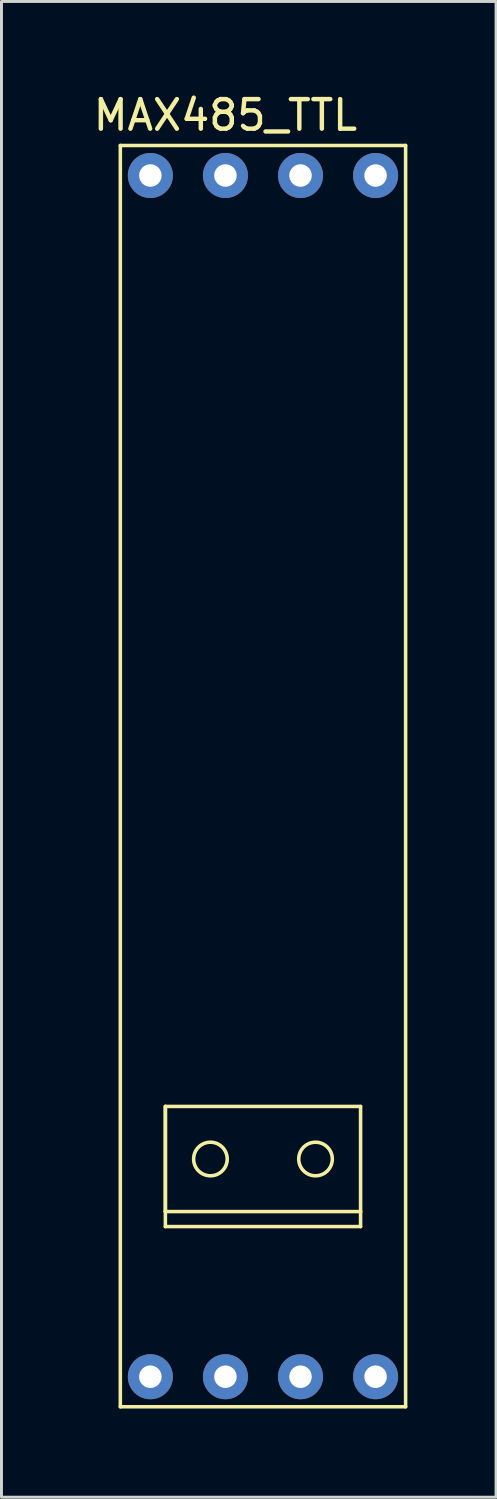
<source format=kicad_pcb>
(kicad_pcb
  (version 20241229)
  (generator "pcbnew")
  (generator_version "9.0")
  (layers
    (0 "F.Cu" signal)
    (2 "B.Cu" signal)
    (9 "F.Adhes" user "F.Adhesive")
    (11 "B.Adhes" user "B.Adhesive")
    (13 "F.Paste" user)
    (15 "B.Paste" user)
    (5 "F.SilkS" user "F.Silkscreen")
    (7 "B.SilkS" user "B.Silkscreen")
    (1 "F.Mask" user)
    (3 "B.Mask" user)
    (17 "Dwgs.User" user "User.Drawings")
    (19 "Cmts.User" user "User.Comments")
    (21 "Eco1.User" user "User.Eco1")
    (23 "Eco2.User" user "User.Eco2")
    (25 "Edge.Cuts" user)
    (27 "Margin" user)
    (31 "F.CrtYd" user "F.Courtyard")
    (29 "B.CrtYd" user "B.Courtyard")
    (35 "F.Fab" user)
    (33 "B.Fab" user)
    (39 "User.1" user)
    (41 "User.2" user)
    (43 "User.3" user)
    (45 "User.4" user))
  (footprint "MAX485_TTL"
    (layer "F.Cu")
    (at 4.577 0.348)
    (property "Reference" "MAX485_TTL" (at 0 0.5 0) (layer "F.SilkS") (effects (font (size 1 1) (thickness 0.15))))
    (attr through_hole)
    (fp_line (start -3.556 1.524) (end 6.096 1.524) (stroke (width 0.12) (type solid)) (layer "F.SilkS"))
    (fp_line (start -3.556 44.196) (end -3.556 1.524) (stroke (width 0.12) (type solid)) (layer "F.SilkS"))
    (fp_line (start -2.032 34.036) (end -2.032 37.592) (stroke (width 0.12) (type solid)) (layer "F.SilkS"))
    (fp_line (start -2.032 34.036) (end 4.572 34.036) (stroke (width 0.12) (type solid)) (layer "F.SilkS"))
    (fp_line (start -2.032 37.592) (end -2.032 34.036) (stroke (width 0.12) (type solid)) (layer "F.SilkS"))
    (fp_line (start -2.032 37.592) (end -2.032 38.1) (stroke (width 0.12) (type solid)) (layer "F.SilkS"))
    (fp_line (start -2.032 38.1) (end 4.572 38.1) (stroke (width 0.12) (type solid)) (layer "F.SilkS"))
    (fp_line (start 4.572 34.036) (end 4.572 37.592) (stroke (width 0.12) (type solid)) (layer "F.SilkS"))
    (fp_line (start 4.572 37.592) (end -2.032 37.592) (stroke (width 0.12) (type solid)) (layer "F.SilkS"))
    (fp_line (start 4.572 38.1) (end 4.572 37.592) (stroke (width 0.12) (type solid)) (layer "F.SilkS"))
    (fp_line (start 6.096 1.524) (end 6.096 44.196) (stroke (width 0.12) (type solid)) (layer "F.SilkS"))
    (fp_line (start 6.096 44.196) (end -3.556 44.196) (stroke (width 0.12) (type solid)) (layer "F.SilkS"))
    (fp_circle (center -0.508 35.814) (end -0.254 36.322) (stroke (width 0.12) (type solid)) (fill no) (layer "F.SilkS"))
    (fp_circle (center 3.048 35.814) (end 3.302 36.322) (stroke (width 0.12) (type solid)) (fill no) (layer "F.SilkS"))
    (pad "1" thru_hole circle (at 5.08 2.54) (size 1.524 1.524) (drill 0.762) (layers "*.Cu" "*.Mask"))
    (pad "2" thru_hole circle (at 2.54 2.54) (size 1.524 1.524) (drill 0.762) (layers "*.Cu" "*.Mask"))
    (pad "3" thru_hole circle (at 0 2.54) (size 1.524 1.524) (drill 0.762) (layers "*.Cu" "*.Mask"))
    (pad "4" thru_hole circle (at -2.54 2.54) (size 1.524 1.524) (drill 0.762) (layers "*.Cu" "*.Mask"))
    (pad "5" thru_hole circle (at -2.54 43.18) (size 1.524 1.524) (drill 0.762) (layers "*.Cu" "*.Mask"))
    (pad "6" thru_hole circle (at 0 43.18) (size 1.524 1.524) (drill 0.762) (layers "*.Cu" "*.Mask"))
    (pad "7" thru_hole circle (at 2.54 43.18) (size 1.524 1.524) (drill 0.762) (layers "*.Cu" "*.Mask"))
    (pad "8" thru_hole circle (at 5.08 43.18) (size 1.524 1.524) (drill 0.762) (layers "*.Cu" "*.Mask")))
  (gr_rect
    (start -3 -3)
    (end 13.733 47.604)
    (stroke (width 0.1) (type default))
    (fill no)
    (layer "Edge.Cuts")))
</source>
